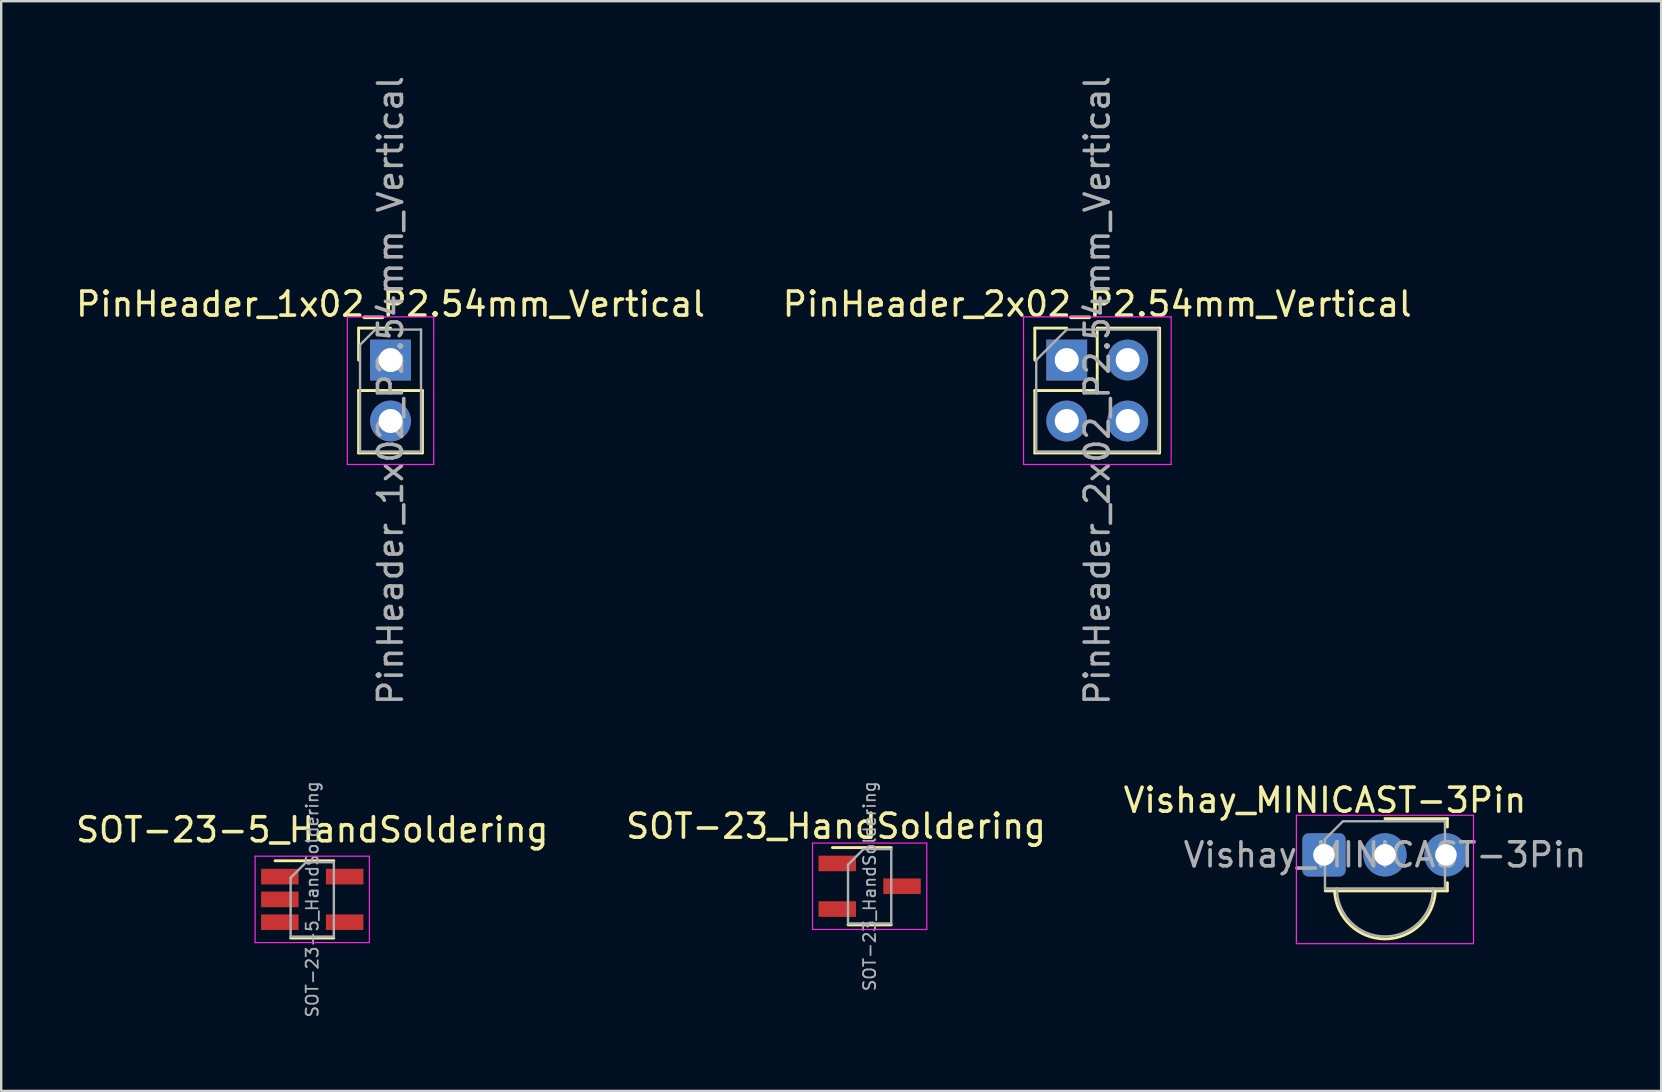
<source format=kicad_pcb>
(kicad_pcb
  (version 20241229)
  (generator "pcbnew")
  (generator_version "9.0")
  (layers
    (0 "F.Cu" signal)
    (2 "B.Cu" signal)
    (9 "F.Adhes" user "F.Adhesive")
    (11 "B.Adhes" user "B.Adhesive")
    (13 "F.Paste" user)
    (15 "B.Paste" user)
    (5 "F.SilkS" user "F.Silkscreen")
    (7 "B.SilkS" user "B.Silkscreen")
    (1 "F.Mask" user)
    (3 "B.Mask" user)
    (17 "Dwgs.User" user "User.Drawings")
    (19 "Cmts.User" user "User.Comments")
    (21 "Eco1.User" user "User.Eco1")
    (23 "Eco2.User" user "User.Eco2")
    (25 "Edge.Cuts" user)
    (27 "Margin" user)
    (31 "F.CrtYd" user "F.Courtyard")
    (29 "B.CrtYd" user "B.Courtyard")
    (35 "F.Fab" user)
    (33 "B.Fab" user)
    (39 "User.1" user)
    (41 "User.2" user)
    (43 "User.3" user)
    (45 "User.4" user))
  (footprint "PinHeader_1x02_P2.54mm_Vertical"
    (layer "F.Cu")
    (at 13.22 11.95)
    (property "Reference" "PinHeader_1x02_P2.54mm_Vertical" (at 0 -2.33 0) (layer "F.SilkS") (effects (font (size 1 1) (thickness 0.15))))
    (attr through_hole)
    (fp_line (start -1.33 -1.33) (end 0 -1.33) (stroke (width 0.12) (type solid)) (layer "F.SilkS"))
    (fp_line (start -1.33 0) (end -1.33 -1.33) (stroke (width 0.12) (type solid)) (layer "F.SilkS"))
    (fp_line (start -1.33 1.27) (end -1.33 3.87) (stroke (width 0.12) (type solid)) (layer "F.SilkS"))
    (fp_line (start -1.33 1.27) (end 1.33 1.27) (stroke (width 0.12) (type solid)) (layer "F.SilkS"))
    (fp_line (start -1.33 3.87) (end 1.33 3.87) (stroke (width 0.12) (type solid)) (layer "F.SilkS"))
    (fp_line (start 1.33 1.27) (end 1.33 3.87) (stroke (width 0.12) (type solid)) (layer "F.SilkS"))
    (fp_line (start -1.8 -1.8) (end -1.8 4.35) (stroke (width 0.05) (type solid)) (layer "F.CrtYd"))
    (fp_line (start -1.8 4.35) (end 1.8 4.35) (stroke (width 0.05) (type solid)) (layer "F.CrtYd"))
    (fp_line (start 1.8 -1.8) (end -1.8 -1.8) (stroke (width 0.05) (type solid)) (layer "F.CrtYd"))
    (fp_line (start 1.8 4.35) (end 1.8 -1.8) (stroke (width 0.05) (type solid)) (layer "F.CrtYd"))
    (fp_line (start -1.27 -0.635) (end -0.635 -1.27) (stroke (width 0.1) (type solid)) (layer "F.Fab"))
    (fp_line (start -1.27 3.81) (end -1.27 -0.635) (stroke (width 0.1) (type solid)) (layer "F.Fab"))
    (fp_line (start -0.635 -1.27) (end 1.27 -1.27) (stroke (width 0.1) (type solid)) (layer "F.Fab"))
    (fp_line (start 1.27 -1.27) (end 1.27 3.81) (stroke (width 0.1) (type solid)) (layer "F.Fab"))
    (fp_line (start 1.27 3.81) (end -1.27 3.81) (stroke (width 0.1) (type solid)) (layer "F.Fab"))
    (fp_text user "${REFERENCE}" (at 0 1.27 90) (layer "F.Fab") (effects (font (size 1 1) (thickness 0.15))))
    (pad "1" thru_hole rect (at 0 0) (size 1.7 1.7) (drill 1) (layers "*.Cu" "*.Mask"))
    (pad "2" thru_hole oval (at 0 2.54) (size 1.7 1.7) (drill 1) (layers "*.Cu" "*.Mask")))
  (footprint "PinHeader_2x02_P2.54mm_Vertical"
    (layer "F.Cu")
    (at 41.391 11.95)
    (property "Reference" "PinHeader_2x02_P2.54mm_Vertical" (at 1.27 -2.33 0) (layer "F.SilkS") (effects (font (size 1 1) (thickness 0.15))))
    (attr through_hole)
    (fp_line (start -1.33 -1.33) (end 0 -1.33) (stroke (width 0.12) (type solid)) (layer "F.SilkS"))
    (fp_line (start -1.33 0) (end -1.33 -1.33) (stroke (width 0.12) (type solid)) (layer "F.SilkS"))
    (fp_line (start -1.33 1.27) (end -1.33 3.87) (stroke (width 0.12) (type solid)) (layer "F.SilkS"))
    (fp_line (start -1.33 1.27) (end 1.27 1.27) (stroke (width 0.12) (type solid)) (layer "F.SilkS"))
    (fp_line (start -1.33 3.87) (end 3.87 3.87) (stroke (width 0.12) (type solid)) (layer "F.SilkS"))
    (fp_line (start 1.27 -1.33) (end 3.87 -1.33) (stroke (width 0.12) (type solid)) (layer "F.SilkS"))
    (fp_line (start 1.27 1.27) (end 1.27 -1.33) (stroke (width 0.12) (type solid)) (layer "F.SilkS"))
    (fp_line (start 3.87 -1.33) (end 3.87 3.87) (stroke (width 0.12) (type solid)) (layer "F.SilkS"))
    (fp_line (start -1.8 -1.8) (end -1.8 4.35) (stroke (width 0.05) (type solid)) (layer "F.CrtYd"))
    (fp_line (start -1.8 4.35) (end 4.35 4.35) (stroke (width 0.05) (type solid)) (layer "F.CrtYd"))
    (fp_line (start 4.35 -1.8) (end -1.8 -1.8) (stroke (width 0.05) (type solid)) (layer "F.CrtYd"))
    (fp_line (start 4.35 4.35) (end 4.35 -1.8) (stroke (width 0.05) (type solid)) (layer "F.CrtYd"))
    (fp_line (start -1.27 0) (end 0 -1.27) (stroke (width 0.1) (type solid)) (layer "F.Fab"))
    (fp_line (start -1.27 3.81) (end -1.27 0) (stroke (width 0.1) (type solid)) (layer "F.Fab"))
    (fp_line (start 0 -1.27) (end 3.81 -1.27) (stroke (width 0.1) (type solid)) (layer "F.Fab"))
    (fp_line (start 3.81 -1.27) (end 3.81 3.81) (stroke (width 0.1) (type solid)) (layer "F.Fab"))
    (fp_line (start 3.81 3.81) (end -1.27 3.81) (stroke (width 0.1) (type solid)) (layer "F.Fab"))
    (fp_text user "${REFERENCE}" (at 1.27 1.27 90) (layer "F.Fab") (effects (font (size 1 1) (thickness 0.15))))
    (pad "1" thru_hole rect (at 0 0) (size 1.7 1.7) (drill 1) (layers "*.Cu" "*.Mask"))
    (pad "2" thru_hole oval (at 0 2.54) (size 1.7 1.7) (drill 1) (layers "*.Cu" "*.Mask"))
    (pad "3" thru_hole oval (at 2.54 0) (size 1.7 1.7) (drill 1) (layers "*.Cu" "*.Mask"))
    (pad "4" thru_hole oval (at 2.54 2.54) (size 1.7 1.7) (drill 1) (layers "*.Cu" "*.Mask")))
  (footprint "SOT-23-5_HandSoldering"
    (layer "F.Cu")
    (at 9.958 34.42)
    (property "Reference" "SOT-23-5_HandSoldering" (at 0 -2.9 0) (layer "F.SilkS") (effects (font (size 1 1) (thickness 0.15))))
    (attr smd)
    (fp_line (start -0.9 1.61) (end 0.9 1.61) (stroke (width 0.12) (type solid)) (layer "F.SilkS"))
    (fp_line (start 0.9 -1.61) (end -1.55 -1.61) (stroke (width 0.12) (type solid)) (layer "F.SilkS"))
    (fp_line (start -2.38 -1.8) (end -2.38 1.8) (stroke (width 0.05) (type solid)) (layer "F.CrtYd"))
    (fp_line (start -2.38 -1.8) (end 2.38 -1.8) (stroke (width 0.05) (type solid)) (layer "F.CrtYd"))
    (fp_line (start 2.38 1.8) (end -2.38 1.8) (stroke (width 0.05) (type solid)) (layer "F.CrtYd"))
    (fp_line (start 2.38 1.8) (end 2.38 -1.8) (stroke (width 0.05) (type solid)) (layer "F.CrtYd"))
    (fp_line (start -0.9 -0.9) (end -0.9 1.55) (stroke (width 0.1) (type solid)) (layer "F.Fab"))
    (fp_line (start -0.9 -0.9) (end -0.25 -1.55) (stroke (width 0.1) (type solid)) (layer "F.Fab"))
    (fp_line (start 0.9 -1.55) (end -0.25 -1.55) (stroke (width 0.1) (type solid)) (layer "F.Fab"))
    (fp_line (start 0.9 -1.55) (end 0.9 1.55) (stroke (width 0.1) (type solid)) (layer "F.Fab"))
    (fp_line (start 0.9 1.55) (end -0.9 1.55) (stroke (width 0.1) (type solid)) (layer "F.Fab"))
    (fp_text user "${REFERENCE}" (at 0 0 90) (layer "F.Fab") (effects (font (size 0.5 0.5) (thickness 0.075))))
    (pad "1" smd rect (at -1.35 -0.95) (size 1.56 0.65) (layers "F.Cu" "F.Mask" "F.Paste"))
    (pad "2" smd rect (at -1.35 0) (size 1.56 0.65) (layers "F.Cu" "F.Mask" "F.Paste"))
    (pad "3" smd rect (at -1.35 0.95) (size 1.56 0.65) (layers "F.Cu" "F.Mask" "F.Paste"))
    (pad "4" smd rect (at 1.35 0.95) (size 1.56 0.65) (layers "F.Cu" "F.Mask" "F.Paste"))
    (pad "5" smd rect (at 1.35 -0.95) (size 1.56 0.65) (layers "F.Cu" "F.Mask" "F.Paste")))
  (footprint "SOT-23_HandSoldering"
    (layer "F.Cu")
    (at 33.18 33.872)
    (property "Reference" "SOT-23_HandSoldering" (at -1.4 -2.5 180) (layer "F.SilkS") (effects (font (size 1 1) (thickness 0.15))))
    (attr smd)
    (fp_line (start -0.9 1.61) (end 0.9 1.61) (stroke (width 0.12) (type solid)) (layer "F.SilkS"))
    (fp_line (start 0.9 -1.61) (end -1.55 -1.61) (stroke (width 0.12) (type solid)) (layer "F.SilkS"))
    (fp_line (start -2.38 -1.8) (end -2.38 1.8) (stroke (width 0.05) (type solid)) (layer "F.CrtYd"))
    (fp_line (start -2.38 -1.8) (end 2.38 -1.8) (stroke (width 0.05) (type solid)) (layer "F.CrtYd"))
    (fp_line (start 2.38 1.8) (end -2.38 1.8) (stroke (width 0.05) (type solid)) (layer "F.CrtYd"))
    (fp_line (start 2.38 1.8) (end 2.38 -1.8) (stroke (width 0.05) (type solid)) (layer "F.CrtYd"))
    (fp_line (start -0.9 -0.9) (end -0.9 1.55) (stroke (width 0.1) (type solid)) (layer "F.Fab"))
    (fp_line (start -0.9 -0.9) (end -0.25 -1.55) (stroke (width 0.1) (type solid)) (layer "F.Fab"))
    (fp_line (start 0.9 -1.55) (end -0.25 -1.55) (stroke (width 0.1) (type solid)) (layer "F.Fab"))
    (fp_line (start 0.9 -1.55) (end 0.9 1.55) (stroke (width 0.1) (type solid)) (layer "F.Fab"))
    (fp_line (start 0.9 1.55) (end -0.9 1.55) (stroke (width 0.1) (type solid)) (layer "F.Fab"))
    (fp_text user "${REFERENCE}" (at 0 0 270) (layer "F.Fab") (effects (font (size 0.5 0.5) (thickness 0.075))))
    (pad "1" smd rect (at -1.35 -0.95) (size 1.56 0.65) (layers "F.Cu" "F.Mask" "F.Paste"))
    (pad "2" smd rect (at -1.35 0.95) (size 1.56 0.65) (layers "F.Cu" "F.Mask" "F.Paste"))
    (pad "3" smd rect (at 1.35 0) (size 1.56 0.65) (layers "F.Cu" "F.Mask" "F.Paste")))
  (footprint "Vishay_MINICAST-3Pin"
    (layer "F.Cu")
    (at 52.109 32.564)
    (property "Reference" "Vishay_MINICAST-3Pin" (at 0.04 -2.275 180) (layer "F.SilkS") (effects (font (size 1 1) (thickness 0.15))))
    (attr through_hole)
    (fp_line (start 5.14 -1.51) (end 2.54 -1.51) (stroke (width 0.12) (type solid)) (layer "F.SilkS"))
    (fp_line (start 5.14 -1.16) (end 5.14 -1.51) (stroke (width 0.12) (type solid)) (layer "F.SilkS"))
    (fp_line (start 5.14 1.16) (end 5.14 1.5) (stroke (width 0.12) (type solid)) (layer "F.SilkS"))
    (fp_line (start 5.14 1.5) (end 0.05 1.5) (stroke (width 0.12) (type solid)) (layer "F.SilkS"))
    (fp_arc (start 4.64 1.5) (mid 2.540869 3.502379) (end 0.440083 1.501736) (stroke (width 0.12) (type solid)) (layer "F.SilkS"))
    (fp_line (start -1.15 -1.65) (end -1.15 3.7) (stroke (width 0.05) (type solid)) (layer "F.CrtYd"))
    (fp_line (start -1.15 -1.65) (end 6.23 -1.65) (stroke (width 0.05) (type solid)) (layer "F.CrtYd"))
    (fp_line (start 6.23 3.7) (end -1.15 3.7) (stroke (width 0.05) (type solid)) (layer "F.CrtYd"))
    (fp_line (start 6.23 3.7) (end 6.23 -1.65) (stroke (width 0.05) (type solid)) (layer "F.CrtYd"))
    (fp_line (start 0.04 1.4) (end 0.04 -0.65) (stroke (width 0.1) (type solid)) (layer "F.Fab"))
    (fp_line (start 0.79 -1.4) (end 0.04 -0.65) (stroke (width 0.1) (type solid)) (layer "F.Fab"))
    (fp_line (start 0.79 -1.4) (end 5.04 -1.4) (stroke (width 0.1) (type solid)) (layer "F.Fab"))
    (fp_line (start 5.04 -1.4) (end 5.04 1.4) (stroke (width 0.1) (type solid)) (layer "F.Fab"))
    (fp_line (start 5.04 1.4) (end 0.04 1.4) (stroke (width 0.1) (type solid)) (layer "F.Fab"))
    (fp_arc (start 4.54 1.4) (mid 2.54 3.4) (end 0.54 1.4) (stroke (width 0.1) (type solid)) (layer "F.Fab"))
    (fp_text user "${REFERENCE}" (at 2.54 0 0) (layer "F.Fab") (effects (font (size 1 1) (thickness 0.15))))
    (pad "1" thru_hole roundrect (at 0 0) (size 1.8 1.8) (drill 0.9) (layers "*.Cu" "*.Mask") (roundrect_rratio 0.139))
    (pad "2" thru_hole circle (at 2.54 0) (size 1.8 1.8) (drill 0.9) (layers "*.Cu" "*.Mask"))
    (pad "3" thru_hole circle (at 5.08 0) (size 1.8 1.8) (drill 0.9) (layers "*.Cu" "*.Mask")))
  (gr_rect
    (start -3 -3)
    (end 66.155 42.399)
    (stroke (width 0.1) (type default))
    (fill no)
    (layer "Edge.Cuts")))
</source>
